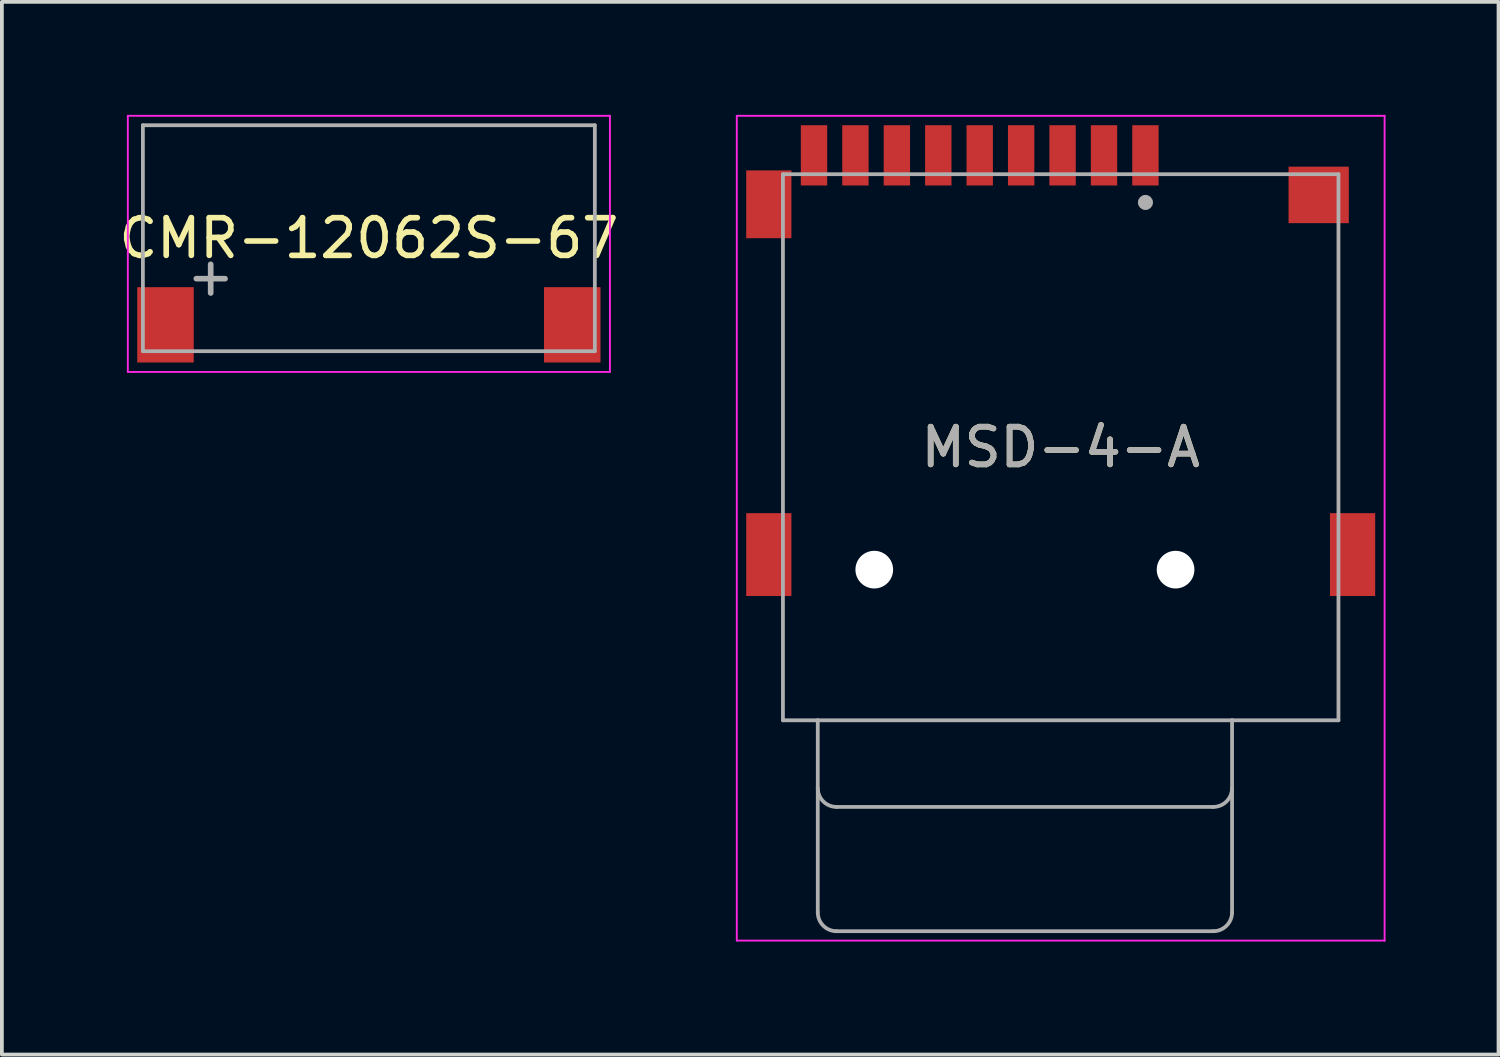
<source format=kicad_pcb>
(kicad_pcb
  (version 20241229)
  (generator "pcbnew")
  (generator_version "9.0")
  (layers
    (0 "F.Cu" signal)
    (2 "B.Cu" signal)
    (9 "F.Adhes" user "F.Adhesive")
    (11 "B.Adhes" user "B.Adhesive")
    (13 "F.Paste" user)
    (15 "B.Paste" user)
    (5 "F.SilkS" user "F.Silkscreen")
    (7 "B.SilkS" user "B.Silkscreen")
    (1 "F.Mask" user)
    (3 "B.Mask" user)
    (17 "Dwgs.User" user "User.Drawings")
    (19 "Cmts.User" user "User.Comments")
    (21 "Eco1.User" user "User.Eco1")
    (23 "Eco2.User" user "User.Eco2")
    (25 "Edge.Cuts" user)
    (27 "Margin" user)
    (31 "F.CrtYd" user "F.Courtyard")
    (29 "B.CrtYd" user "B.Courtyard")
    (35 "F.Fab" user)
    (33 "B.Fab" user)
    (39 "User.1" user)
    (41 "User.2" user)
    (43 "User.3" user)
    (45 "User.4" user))
  (footprint "CMR-12062S-67"
    (layer "F.Cu")
    (at 6.744 3.275)
    (property "Reference" "CMR-12062S-67" (at 0 0 0) (layer "F.SilkS") (effects (font (size 1 1) (thickness 0.15))))
    (attr smd)
    (fp_line (start -6.4 -3.25) (end 6.4 -3.25) (stroke (width 0.05) (type solid)) (layer "F.CrtYd"))
    (fp_line (start -6.4 3.55) (end -6.4 -3.25) (stroke (width 0.05) (type solid)) (layer "F.CrtYd"))
    (fp_line (start 6.4 -3.25) (end 6.4 3.55) (stroke (width 0.05) (type solid)) (layer "F.CrtYd"))
    (fp_line (start 6.4 3.55) (end -6.4 3.55) (stroke (width 0.05) (type solid)) (layer "F.CrtYd"))
    (fp_line (start -6 -3) (end 6 -3) (stroke (width 0.1) (type solid)) (layer "F.Fab"))
    (fp_line (start -6 3) (end -6 -3) (stroke (width 0.1) (type solid)) (layer "F.Fab"))
    (fp_line (start 6 -3) (end 6 3) (stroke (width 0.1) (type solid)) (layer "F.Fab"))
    (fp_line (start 6 3) (end -6 3) (stroke (width 0.1) (type solid)) (layer "F.Fab"))
    (fp_text user "+" (at -4.2 1 0) (layer "F.Fab") (effects (font (size 1 1) (thickness 0.15))))
    (pad "1" smd rect (at -5.4 2.3) (size 1.5 2) (layers "F.Cu" "F.Mask" "F.Paste"))
    (pad "2" smd rect (at 5.4 2.3) (size 1.5 2) (layers "F.Cu" "F.Mask" "F.Paste")))
  (footprint "MSD-4-A"
    (layer "F.Cu")
    (at 25.113 8.825)
    (property "Reference" "MSD-4-A" (at 0 0 0) (layer "F.SilkS") (effects (font (size 1 1) (thickness 0.15))))
    (attr smd)
    (fp_line (start -8.6 -8.8) (end 8.6 -8.8) (stroke (width 0.05) (type solid)) (layer "F.CrtYd"))
    (fp_line (start -8.6 13.1) (end -8.6 -8.8) (stroke (width 0.05) (type solid)) (layer "F.CrtYd"))
    (fp_line (start 8.6 -8.8) (end 8.6 13.1) (stroke (width 0.05) (type solid)) (layer "F.CrtYd"))
    (fp_line (start 8.6 13.1) (end -8.6 13.1) (stroke (width 0.05) (type solid)) (layer "F.CrtYd"))
    (fp_line (start -7.375 -7.25) (end -7.375 7.25) (stroke (width 0.1) (type solid)) (layer "F.Fab"))
    (fp_line (start -7.375 7.25) (end -6.45 7.25) (stroke (width 0.1) (type solid)) (layer "F.Fab"))
    (fp_line (start -6.45 7.25) (end -6.45 12.35) (stroke (width 0.1) (type solid)) (layer "F.Fab"))
    (fp_line (start -6.45 7.25) (end 4.55 7.25) (stroke (width 0.1) (type solid)) (layer "F.Fab"))
    (fp_line (start -5.95 9.55) (end 4.05 9.55) (stroke (width 0.1) (type solid)) (layer "F.Fab"))
    (fp_line (start -5.95 12.85) (end 4.05 12.85) (stroke (width 0.1) (type solid)) (layer "F.Fab"))
    (fp_line (start 4.55 7.25) (end 7.375 7.25) (stroke (width 0.1) (type solid)) (layer "F.Fab"))
    (fp_line (start 4.55 12.35) (end 4.55 7.25) (stroke (width 0.1) (type solid)) (layer "F.Fab"))
    (fp_line (start 7.375 -7.25) (end -7.375 -7.25) (stroke (width 0.1) (type solid)) (layer "F.Fab"))
    (fp_line (start 7.375 7.25) (end 7.375 -7.25) (stroke (width 0.1) (type solid)) (layer "F.Fab"))
    (fp_arc (start -5.95 9.55) (mid -6.303553 9.403553) (end -6.45 9.05) (stroke (width 0.1) (type solid)) (layer "F.Fab"))
    (fp_arc (start -5.95 12.85) (mid -6.303553 12.703553) (end -6.45 12.35) (stroke (width 0.1) (type solid)) (layer "F.Fab"))
    (fp_arc (start 4.55 9.05) (mid 4.403553 9.403553) (end 4.05 9.55) (stroke (width 0.1) (type solid)) (layer "F.Fab"))
    (fp_arc (start 4.55 12.35) (mid 4.403553 12.703553) (end 4.05 12.85) (stroke (width 0.1) (type solid)) (layer "F.Fab"))
    (fp_circle (center 2.25 -6.5) (end 2.35 -6.5) (stroke (width 0.2) (type solid)) (fill no) (layer "F.Fab"))
    (fp_text user "${REFERENCE}" (at 0 0 0) (unlocked yes) (layer "F.Fab") (effects (font (size 1 1) (thickness 0.15))))
    (pad "" np_thru_hole circle (at -4.95 3.25) (size 1 1) (drill 1) (layers "*.Cu" "*.Mask"))
    (pad "" np_thru_hole circle (at 3.05 3.25) (size 1 1) (drill 1) (layers "*.Cu" "*.Mask"))
    (pad "1" smd rect (at 2.25 -7.75) (size 0.7 1.6) (layers "F.Cu" "F.Mask" "F.Paste"))
    (pad "2" smd rect (at 1.15 -7.75) (size 0.7 1.6) (layers "F.Cu" "F.Mask" "F.Paste"))
    (pad "3" smd rect (at 0.05 -7.75) (size 0.7 1.6) (layers "F.Cu" "F.Mask" "F.Paste"))
    (pad "4" smd rect (at -1.05 -7.75) (size 0.7 1.6) (layers "F.Cu" "F.Mask" "F.Paste"))
    (pad "5" smd rect (at -2.15 -7.75) (size 0.7 1.6) (layers "F.Cu" "F.Mask" "F.Paste"))
    (pad "6" smd rect (at -3.25 -7.75) (size 0.7 1.6) (layers "F.Cu" "F.Mask" "F.Paste"))
    (pad "7" smd rect (at -4.35 -7.75) (size 0.7 1.6) (layers "F.Cu" "F.Mask" "F.Paste"))
    (pad "8" smd rect (at -5.45 -7.75) (size 0.7 1.6) (layers "F.Cu" "F.Mask" "F.Paste"))
    (pad "9" smd rect (at -6.55 -7.75) (size 0.7 1.6) (layers "F.Cu" "F.Mask" "F.Paste"))
    (pad "10" smd rect (at -7.75 -6.45) (size 1.2 1.8) (layers "F.Cu" "F.Mask" "F.Paste"))
    (pad "10" smd rect (at -7.75 2.85) (size 1.2 2.2) (layers "F.Cu" "F.Mask" "F.Paste"))
    (pad "10" smd rect (at 6.85 -6.7) (size 1.6 1.5) (layers "F.Cu" "F.Mask" "F.Paste"))
    (pad "10" smd rect (at 7.75 2.85) (size 1.2 2.2) (layers "F.Cu" "F.Mask" "F.Paste")))
  (gr_rect
    (start -3 -3)
    (end 36.738 24.95)
    (stroke (width 0.1) (type default))
    (fill no)
    (layer "Edge.Cuts")))
</source>
